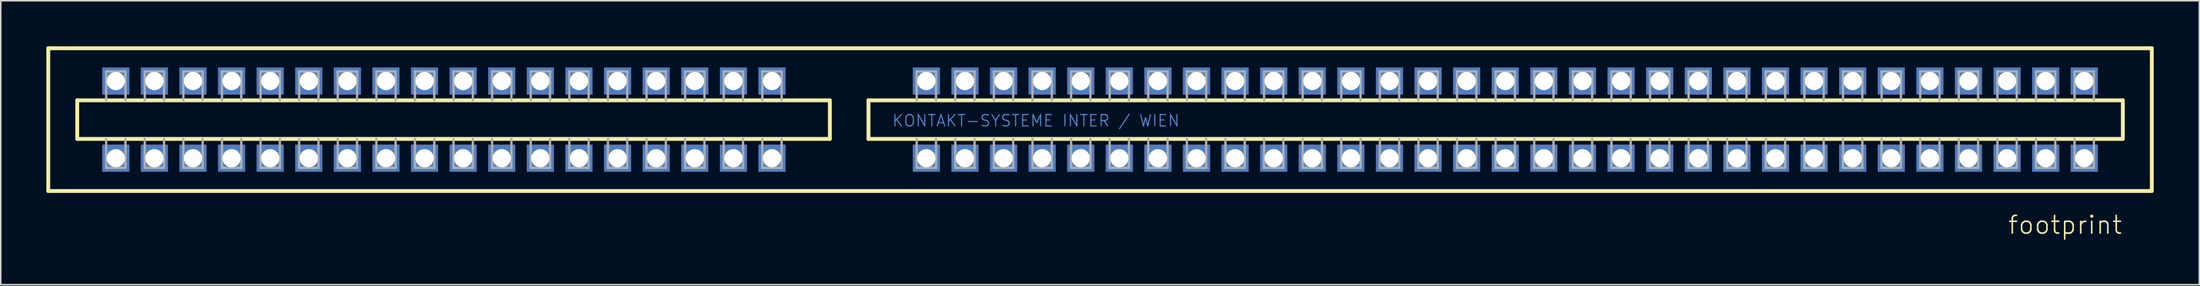
<source format=kicad_pcb>
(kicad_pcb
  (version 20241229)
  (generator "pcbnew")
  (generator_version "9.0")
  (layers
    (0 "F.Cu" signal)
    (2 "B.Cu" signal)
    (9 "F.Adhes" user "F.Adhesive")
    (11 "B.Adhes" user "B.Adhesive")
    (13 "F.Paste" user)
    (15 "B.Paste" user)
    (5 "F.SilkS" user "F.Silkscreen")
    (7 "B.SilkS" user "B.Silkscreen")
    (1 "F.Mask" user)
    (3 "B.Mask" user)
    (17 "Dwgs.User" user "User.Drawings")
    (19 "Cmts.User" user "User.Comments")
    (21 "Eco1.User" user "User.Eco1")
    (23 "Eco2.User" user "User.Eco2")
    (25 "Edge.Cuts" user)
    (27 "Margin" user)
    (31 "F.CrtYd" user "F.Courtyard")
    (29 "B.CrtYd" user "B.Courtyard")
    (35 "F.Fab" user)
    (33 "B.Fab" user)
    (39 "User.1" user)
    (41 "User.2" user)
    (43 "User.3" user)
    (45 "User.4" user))
  (footprint "footprint"
    (layer "F.Cu")
    (at 52.832 4.826)
    (property "Reference" "footprint" (at 76.2 7.62 0) (layer "F.SilkS") (effects (font (size 1.168 1.168) (thickness 0.102)) (justify left bottom)))
    (fp_line (start -52.705 -4.699) (end -52.705 4.699) (stroke (width 0.254) (type solid)) (layer "F.SilkS"))
    (fp_line (start -52.705 4.699) (end 85.725 4.699) (stroke (width 0.254) (type solid)) (layer "F.SilkS"))
    (fp_line (start -50.8 -1.27) (end -50.8 1.27) (stroke (width 0.254) (type solid)) (layer "F.SilkS"))
    (fp_line (start -50.8 1.27) (end -1.27 1.27) (stroke (width 0.254) (type solid)) (layer "F.SilkS"))
    (fp_line (start -1.27 -1.27) (end -50.8 -1.27) (stroke (width 0.254) (type solid)) (layer "F.SilkS"))
    (fp_line (start -1.27 -1.27) (end -1.27 1.27) (stroke (width 0.254) (type solid)) (layer "F.SilkS"))
    (fp_line (start 1.27 -1.27) (end 1.27 1.27) (stroke (width 0.254) (type solid)) (layer "F.SilkS"))
    (fp_line (start 1.27 1.27) (end 83.82 1.27) (stroke (width 0.254) (type solid)) (layer "F.SilkS"))
    (fp_line (start 83.82 -1.27) (end 1.27 -1.27) (stroke (width 0.254) (type solid)) (layer "F.SilkS"))
    (fp_line (start 83.82 1.27) (end 83.82 -1.27) (stroke (width 0.254) (type solid)) (layer "F.SilkS"))
    (fp_line (start 85.725 -4.699) (end -52.705 -4.699) (stroke (width 0.254) (type solid)) (layer "F.SilkS"))
    (fp_line (start 85.725 4.699) (end 85.725 -4.699) (stroke (width 0.254) (type solid)) (layer "F.SilkS"))
    (fp_line (start -48.895 -3.175) (end -48.895 -1.27) (stroke (width 0.152) (type solid)) (layer "F.Fab"))
    (fp_line (start -48.895 1.27) (end -48.895 3.175) (stroke (width 0.152) (type solid)) (layer "F.Fab"))
    (fp_line (start -48.895 3.175) (end -47.625 3.175) (stroke (width 0.152) (type solid)) (layer "F.Fab"))
    (fp_line (start -47.625 -3.175) (end -48.895 -3.175) (stroke (width 0.152) (type solid)) (layer "F.Fab"))
    (fp_line (start -47.625 -1.27) (end -47.625 -3.175) (stroke (width 0.152) (type solid)) (layer "F.Fab"))
    (fp_line (start -47.625 3.175) (end -47.625 1.27) (stroke (width 0.152) (type solid)) (layer "F.Fab"))
    (fp_line (start -46.355 -3.175) (end -46.355 -1.27) (stroke (width 0.152) (type solid)) (layer "F.Fab"))
    (fp_line (start -46.355 1.27) (end -46.355 3.175) (stroke (width 0.152) (type solid)) (layer "F.Fab"))
    (fp_line (start -46.355 3.175) (end -45.085 3.175) (stroke (width 0.152) (type solid)) (layer "F.Fab"))
    (fp_line (start -45.085 -3.175) (end -46.355 -3.175) (stroke (width 0.152) (type solid)) (layer "F.Fab"))
    (fp_line (start -45.085 -1.27) (end -45.085 -3.175) (stroke (width 0.152) (type solid)) (layer "F.Fab"))
    (fp_line (start -45.085 3.175) (end -45.085 1.27) (stroke (width 0.152) (type solid)) (layer "F.Fab"))
    (fp_line (start -43.815 -3.175) (end -43.815 -1.27) (stroke (width 0.152) (type solid)) (layer "F.Fab"))
    (fp_line (start -43.815 1.27) (end -43.815 3.175) (stroke (width 0.152) (type solid)) (layer "F.Fab"))
    (fp_line (start -43.815 3.175) (end -42.545 3.175) (stroke (width 0.152) (type solid)) (layer "F.Fab"))
    (fp_line (start -42.545 -3.175) (end -43.815 -3.175) (stroke (width 0.152) (type solid)) (layer "F.Fab"))
    (fp_line (start -42.545 -1.27) (end -42.545 -3.175) (stroke (width 0.152) (type solid)) (layer "F.Fab"))
    (fp_line (start -42.545 3.175) (end -42.545 1.27) (stroke (width 0.152) (type solid)) (layer "F.Fab"))
    (fp_line (start -41.275 -3.175) (end -41.275 -1.27) (stroke (width 0.152) (type solid)) (layer "F.Fab"))
    (fp_line (start -41.275 1.27) (end -41.275 3.175) (stroke (width 0.152) (type solid)) (layer "F.Fab"))
    (fp_line (start -41.275 3.175) (end -40.005 3.175) (stroke (width 0.152) (type solid)) (layer "F.Fab"))
    (fp_line (start -40.005 -3.175) (end -41.275 -3.175) (stroke (width 0.152) (type solid)) (layer "F.Fab"))
    (fp_line (start -40.005 -1.27) (end -40.005 -3.175) (stroke (width 0.152) (type solid)) (layer "F.Fab"))
    (fp_line (start -40.005 3.175) (end -40.005 1.27) (stroke (width 0.152) (type solid)) (layer "F.Fab"))
    (fp_line (start -38.735 -3.175) (end -38.735 -1.27) (stroke (width 0.152) (type solid)) (layer "F.Fab"))
    (fp_line (start -38.735 1.27) (end -38.735 3.175) (stroke (width 0.152) (type solid)) (layer "F.Fab"))
    (fp_line (start -38.735 3.175) (end -37.465 3.175) (stroke (width 0.152) (type solid)) (layer "F.Fab"))
    (fp_line (start -37.465 -3.175) (end -38.735 -3.175) (stroke (width 0.152) (type solid)) (layer "F.Fab"))
    (fp_line (start -37.465 -1.27) (end -37.465 -3.175) (stroke (width 0.152) (type solid)) (layer "F.Fab"))
    (fp_line (start -37.465 3.175) (end -37.465 1.27) (stroke (width 0.152) (type solid)) (layer "F.Fab"))
    (fp_line (start -36.195 -3.175) (end -36.195 -1.27) (stroke (width 0.152) (type solid)) (layer "F.Fab"))
    (fp_line (start -36.195 1.27) (end -36.195 3.175) (stroke (width 0.152) (type solid)) (layer "F.Fab"))
    (fp_line (start -36.195 3.175) (end -34.925 3.175) (stroke (width 0.152) (type solid)) (layer "F.Fab"))
    (fp_line (start -34.925 -3.175) (end -36.195 -3.175) (stroke (width 0.152) (type solid)) (layer "F.Fab"))
    (fp_line (start -34.925 -1.27) (end -34.925 -3.175) (stroke (width 0.152) (type solid)) (layer "F.Fab"))
    (fp_line (start -34.925 3.175) (end -34.925 1.27) (stroke (width 0.152) (type solid)) (layer "F.Fab"))
    (fp_line (start -33.655 -3.175) (end -33.655 -1.27) (stroke (width 0.152) (type solid)) (layer "F.Fab"))
    (fp_line (start -33.655 1.27) (end -33.655 3.175) (stroke (width 0.152) (type solid)) (layer "F.Fab"))
    (fp_line (start -33.655 3.175) (end -32.385 3.175) (stroke (width 0.152) (type solid)) (layer "F.Fab"))
    (fp_line (start -32.385 -3.175) (end -33.655 -3.175) (stroke (width 0.152) (type solid)) (layer "F.Fab"))
    (fp_line (start -32.385 -1.27) (end -32.385 -3.175) (stroke (width 0.152) (type solid)) (layer "F.Fab"))
    (fp_line (start -32.385 3.175) (end -32.385 1.27) (stroke (width 0.152) (type solid)) (layer "F.Fab"))
    (fp_line (start -31.115 -3.175) (end -31.115 -1.27) (stroke (width 0.152) (type solid)) (layer "F.Fab"))
    (fp_line (start -31.115 1.27) (end -31.115 3.175) (stroke (width 0.152) (type solid)) (layer "F.Fab"))
    (fp_line (start -31.115 3.175) (end -29.845 3.175) (stroke (width 0.152) (type solid)) (layer "F.Fab"))
    (fp_line (start -29.845 -3.175) (end -31.115 -3.175) (stroke (width 0.152) (type solid)) (layer "F.Fab"))
    (fp_line (start -29.845 -1.27) (end -29.845 -3.175) (stroke (width 0.152) (type solid)) (layer "F.Fab"))
    (fp_line (start -29.845 3.175) (end -29.845 1.27) (stroke (width 0.152) (type solid)) (layer "F.Fab"))
    (fp_line (start -28.575 -3.175) (end -28.575 -1.27) (stroke (width 0.152) (type solid)) (layer "F.Fab"))
    (fp_line (start -28.575 1.27) (end -28.575 3.175) (stroke (width 0.152) (type solid)) (layer "F.Fab"))
    (fp_line (start -28.575 3.175) (end -27.305 3.175) (stroke (width 0.152) (type solid)) (layer "F.Fab"))
    (fp_line (start -27.305 -3.175) (end -28.575 -3.175) (stroke (width 0.152) (type solid)) (layer "F.Fab"))
    (fp_line (start -27.305 -1.27) (end -27.305 -3.175) (stroke (width 0.152) (type solid)) (layer "F.Fab"))
    (fp_line (start -27.305 3.175) (end -27.305 1.27) (stroke (width 0.152) (type solid)) (layer "F.Fab"))
    (fp_line (start -26.035 -3.175) (end -26.035 -1.27) (stroke (width 0.152) (type solid)) (layer "F.Fab"))
    (fp_line (start -26.035 1.27) (end -26.035 3.175) (stroke (width 0.152) (type solid)) (layer "F.Fab"))
    (fp_line (start -26.035 3.175) (end -24.765 3.175) (stroke (width 0.152) (type solid)) (layer "F.Fab"))
    (fp_line (start -24.765 -3.175) (end -26.035 -3.175) (stroke (width 0.152) (type solid)) (layer "F.Fab"))
    (fp_line (start -24.765 -1.27) (end -24.765 -3.175) (stroke (width 0.152) (type solid)) (layer "F.Fab"))
    (fp_line (start -24.765 3.175) (end -24.765 1.27) (stroke (width 0.152) (type solid)) (layer "F.Fab"))
    (fp_line (start -23.495 -3.175) (end -23.495 -1.27) (stroke (width 0.152) (type solid)) (layer "F.Fab"))
    (fp_line (start -23.495 1.27) (end -23.495 3.175) (stroke (width 0.152) (type solid)) (layer "F.Fab"))
    (fp_line (start -23.495 3.175) (end -22.225 3.175) (stroke (width 0.152) (type solid)) (layer "F.Fab"))
    (fp_line (start -22.225 -3.175) (end -23.495 -3.175) (stroke (width 0.152) (type solid)) (layer "F.Fab"))
    (fp_line (start -22.225 -1.27) (end -22.225 -3.175) (stroke (width 0.152) (type solid)) (layer "F.Fab"))
    (fp_line (start -22.225 3.175) (end -22.225 1.27) (stroke (width 0.152) (type solid)) (layer "F.Fab"))
    (fp_line (start -20.955 -3.175) (end -20.955 -1.27) (stroke (width 0.152) (type solid)) (layer "F.Fab"))
    (fp_line (start -20.955 1.27) (end -20.955 3.175) (stroke (width 0.152) (type solid)) (layer "F.Fab"))
    (fp_line (start -20.955 3.175) (end -19.685 3.175) (stroke (width 0.152) (type solid)) (layer "F.Fab"))
    (fp_line (start -19.685 -3.175) (end -20.955 -3.175) (stroke (width 0.152) (type solid)) (layer "F.Fab"))
    (fp_line (start -19.685 -1.27) (end -19.685 -3.175) (stroke (width 0.152) (type solid)) (layer "F.Fab"))
    (fp_line (start -19.685 3.175) (end -19.685 1.27) (stroke (width 0.152) (type solid)) (layer "F.Fab"))
    (fp_line (start -18.415 -3.175) (end -18.415 -1.27) (stroke (width 0.152) (type solid)) (layer "F.Fab"))
    (fp_line (start -18.415 1.27) (end -18.415 3.175) (stroke (width 0.152) (type solid)) (layer "F.Fab"))
    (fp_line (start -18.415 3.175) (end -17.145 3.175) (stroke (width 0.152) (type solid)) (layer "F.Fab"))
    (fp_line (start -17.145 -3.175) (end -18.415 -3.175) (stroke (width 0.152) (type solid)) (layer "F.Fab"))
    (fp_line (start -17.145 -1.27) (end -17.145 -3.175) (stroke (width 0.152) (type solid)) (layer "F.Fab"))
    (fp_line (start -17.145 3.175) (end -17.145 1.27) (stroke (width 0.152) (type solid)) (layer "F.Fab"))
    (fp_line (start -15.875 -3.175) (end -15.875 -1.27) (stroke (width 0.152) (type solid)) (layer "F.Fab"))
    (fp_line (start -15.875 1.27) (end -15.875 3.175) (stroke (width 0.152) (type solid)) (layer "F.Fab"))
    (fp_line (start -15.875 3.175) (end -14.605 3.175) (stroke (width 0.152) (type solid)) (layer "F.Fab"))
    (fp_line (start -14.605 -3.175) (end -15.875 -3.175) (stroke (width 0.152) (type solid)) (layer "F.Fab"))
    (fp_line (start -14.605 -1.27) (end -14.605 -3.175) (stroke (width 0.152) (type solid)) (layer "F.Fab"))
    (fp_line (start -14.605 3.175) (end -14.605 1.27) (stroke (width 0.152) (type solid)) (layer "F.Fab"))
    (fp_line (start -13.335 -3.175) (end -13.335 -1.27) (stroke (width 0.152) (type solid)) (layer "F.Fab"))
    (fp_line (start -13.335 1.27) (end -13.335 3.175) (stroke (width 0.152) (type solid)) (layer "F.Fab"))
    (fp_line (start -13.335 3.175) (end -12.065 3.175) (stroke (width 0.152) (type solid)) (layer "F.Fab"))
    (fp_line (start -12.065 -3.175) (end -13.335 -3.175) (stroke (width 0.152) (type solid)) (layer "F.Fab"))
    (fp_line (start -12.065 -1.27) (end -12.065 -3.175) (stroke (width 0.152) (type solid)) (layer "F.Fab"))
    (fp_line (start -12.065 3.175) (end -12.065 1.27) (stroke (width 0.152) (type solid)) (layer "F.Fab"))
    (fp_line (start -10.795 -3.175) (end -10.795 -1.27) (stroke (width 0.152) (type solid)) (layer "F.Fab"))
    (fp_line (start -10.795 1.27) (end -10.795 3.175) (stroke (width 0.152) (type solid)) (layer "F.Fab"))
    (fp_line (start -10.795 3.175) (end -9.525 3.175) (stroke (width 0.152) (type solid)) (layer "F.Fab"))
    (fp_line (start -9.525 -3.175) (end -10.795 -3.175) (stroke (width 0.152) (type solid)) (layer "F.Fab"))
    (fp_line (start -9.525 -1.27) (end -9.525 -3.175) (stroke (width 0.152) (type solid)) (layer "F.Fab"))
    (fp_line (start -9.525 3.175) (end -9.525 1.27) (stroke (width 0.152) (type solid)) (layer "F.Fab"))
    (fp_line (start -8.255 -3.175) (end -8.255 -1.27) (stroke (width 0.152) (type solid)) (layer "F.Fab"))
    (fp_line (start -8.255 1.27) (end -8.255 3.175) (stroke (width 0.152) (type solid)) (layer "F.Fab"))
    (fp_line (start -8.255 3.175) (end -6.985 3.175) (stroke (width 0.152) (type solid)) (layer "F.Fab"))
    (fp_line (start -6.985 -3.175) (end -8.255 -3.175) (stroke (width 0.152) (type solid)) (layer "F.Fab"))
    (fp_line (start -6.985 -1.27) (end -6.985 -3.175) (stroke (width 0.152) (type solid)) (layer "F.Fab"))
    (fp_line (start -6.985 3.175) (end -6.985 1.27) (stroke (width 0.152) (type solid)) (layer "F.Fab"))
    (fp_line (start -5.715 -3.175) (end -5.715 -1.27) (stroke (width 0.152) (type solid)) (layer "F.Fab"))
    (fp_line (start -5.715 1.27) (end -5.715 3.175) (stroke (width 0.152) (type solid)) (layer "F.Fab"))
    (fp_line (start -5.715 3.175) (end -4.445 3.175) (stroke (width 0.152) (type solid)) (layer "F.Fab"))
    (fp_line (start -4.445 -3.175) (end -5.715 -3.175) (stroke (width 0.152) (type solid)) (layer "F.Fab"))
    (fp_line (start -4.445 -1.27) (end -4.445 -3.175) (stroke (width 0.152) (type solid)) (layer "F.Fab"))
    (fp_line (start -4.445 3.175) (end -4.445 1.27) (stroke (width 0.152) (type solid)) (layer "F.Fab"))
    (fp_line (start 4.445 -3.175) (end 4.445 -1.27) (stroke (width 0.152) (type solid)) (layer "F.Fab"))
    (fp_line (start 4.445 1.27) (end 4.445 3.175) (stroke (width 0.152) (type solid)) (layer "F.Fab"))
    (fp_line (start 4.445 3.175) (end 5.715 3.175) (stroke (width 0.152) (type solid)) (layer "F.Fab"))
    (fp_line (start 5.715 -3.175) (end 4.445 -3.175) (stroke (width 0.152) (type solid)) (layer "F.Fab"))
    (fp_line (start 5.715 -1.27) (end 5.715 -3.175) (stroke (width 0.152) (type solid)) (layer "F.Fab"))
    (fp_line (start 5.715 3.175) (end 5.715 1.27) (stroke (width 0.152) (type solid)) (layer "F.Fab"))
    (fp_line (start 6.985 -3.175) (end 6.985 -1.27) (stroke (width 0.152) (type solid)) (layer "F.Fab"))
    (fp_line (start 6.985 1.27) (end 6.985 3.175) (stroke (width 0.152) (type solid)) (layer "F.Fab"))
    (fp_line (start 6.985 3.175) (end 8.255 3.175) (stroke (width 0.152) (type solid)) (layer "F.Fab"))
    (fp_line (start 8.255 -3.175) (end 6.985 -3.175) (stroke (width 0.152) (type solid)) (layer "F.Fab"))
    (fp_line (start 8.255 -1.27) (end 8.255 -3.175) (stroke (width 0.152) (type solid)) (layer "F.Fab"))
    (fp_line (start 8.255 3.175) (end 8.255 1.27) (stroke (width 0.152) (type solid)) (layer "F.Fab"))
    (fp_line (start 9.525 -3.175) (end 9.525 -1.27) (stroke (width 0.152) (type solid)) (layer "F.Fab"))
    (fp_line (start 9.525 1.27) (end 9.525 3.175) (stroke (width 0.152) (type solid)) (layer "F.Fab"))
    (fp_line (start 9.525 3.175) (end 10.795 3.175) (stroke (width 0.152) (type solid)) (layer "F.Fab"))
    (fp_line (start 10.795 -3.175) (end 9.525 -3.175) (stroke (width 0.152) (type solid)) (layer "F.Fab"))
    (fp_line (start 10.795 -1.27) (end 10.795 -3.175) (stroke (width 0.152) (type solid)) (layer "F.Fab"))
    (fp_line (start 10.795 3.175) (end 10.795 1.27) (stroke (width 0.152) (type solid)) (layer "F.Fab"))
    (fp_line (start 12.065 -3.175) (end 12.065 -1.27) (stroke (width 0.152) (type solid)) (layer "F.Fab"))
    (fp_line (start 12.065 1.27) (end 12.065 3.175) (stroke (width 0.152) (type solid)) (layer "F.Fab"))
    (fp_line (start 12.065 3.175) (end 13.335 3.175) (stroke (width 0.152) (type solid)) (layer "F.Fab"))
    (fp_line (start 13.335 -3.175) (end 12.065 -3.175) (stroke (width 0.152) (type solid)) (layer "F.Fab"))
    (fp_line (start 13.335 -1.27) (end 13.335 -3.175) (stroke (width 0.152) (type solid)) (layer "F.Fab"))
    (fp_line (start 13.335 3.175) (end 13.335 1.27) (stroke (width 0.152) (type solid)) (layer "F.Fab"))
    (fp_line (start 14.605 -3.175) (end 14.605 -1.27) (stroke (width 0.152) (type solid)) (layer "F.Fab"))
    (fp_line (start 14.605 1.27) (end 14.605 3.175) (stroke (width 0.152) (type solid)) (layer "F.Fab"))
    (fp_line (start 14.605 3.175) (end 15.875 3.175) (stroke (width 0.152) (type solid)) (layer "F.Fab"))
    (fp_line (start 15.875 -3.175) (end 14.605 -3.175) (stroke (width 0.152) (type solid)) (layer "F.Fab"))
    (fp_line (start 15.875 -1.27) (end 15.875 -3.175) (stroke (width 0.152) (type solid)) (layer "F.Fab"))
    (fp_line (start 15.875 3.175) (end 15.875 1.27) (stroke (width 0.152) (type solid)) (layer "F.Fab"))
    (fp_line (start 17.145 -3.175) (end 17.145 -1.27) (stroke (width 0.152) (type solid)) (layer "F.Fab"))
    (fp_line (start 17.145 1.27) (end 17.145 3.175) (stroke (width 0.152) (type solid)) (layer "F.Fab"))
    (fp_line (start 17.145 3.175) (end 18.415 3.175) (stroke (width 0.152) (type solid)) (layer "F.Fab"))
    (fp_line (start 18.415 -3.175) (end 17.145 -3.175) (stroke (width 0.152) (type solid)) (layer "F.Fab"))
    (fp_line (start 18.415 -1.27) (end 18.415 -3.175) (stroke (width 0.152) (type solid)) (layer "F.Fab"))
    (fp_line (start 18.415 3.175) (end 18.415 1.27) (stroke (width 0.152) (type solid)) (layer "F.Fab"))
    (fp_line (start 19.685 -3.175) (end 19.685 -1.27) (stroke (width 0.152) (type solid)) (layer "F.Fab"))
    (fp_line (start 19.685 1.27) (end 19.685 3.175) (stroke (width 0.152) (type solid)) (layer "F.Fab"))
    (fp_line (start 19.685 3.175) (end 20.955 3.175) (stroke (width 0.152) (type solid)) (layer "F.Fab"))
    (fp_line (start 20.955 -3.175) (end 19.685 -3.175) (stroke (width 0.152) (type solid)) (layer "F.Fab"))
    (fp_line (start 20.955 -1.27) (end 20.955 -3.175) (stroke (width 0.152) (type solid)) (layer "F.Fab"))
    (fp_line (start 20.955 3.175) (end 20.955 1.27) (stroke (width 0.152) (type solid)) (layer "F.Fab"))
    (fp_line (start 22.225 -3.175) (end 22.225 -1.27) (stroke (width 0.152) (type solid)) (layer "F.Fab"))
    (fp_line (start 22.225 1.27) (end 22.225 3.175) (stroke (width 0.152) (type solid)) (layer "F.Fab"))
    (fp_line (start 22.225 3.175) (end 23.495 3.175) (stroke (width 0.152) (type solid)) (layer "F.Fab"))
    (fp_line (start 23.495 -3.175) (end 22.225 -3.175) (stroke (width 0.152) (type solid)) (layer "F.Fab"))
    (fp_line (start 23.495 -1.27) (end 23.495 -3.175) (stroke (width 0.152) (type solid)) (layer "F.Fab"))
    (fp_line (start 23.495 3.175) (end 23.495 1.27) (stroke (width 0.152) (type solid)) (layer "F.Fab"))
    (fp_line (start 24.765 -3.175) (end 24.765 -1.27) (stroke (width 0.152) (type solid)) (layer "F.Fab"))
    (fp_line (start 24.765 1.27) (end 24.765 3.175) (stroke (width 0.152) (type solid)) (layer "F.Fab"))
    (fp_line (start 24.765 3.175) (end 26.035 3.175) (stroke (width 0.152) (type solid)) (layer "F.Fab"))
    (fp_line (start 26.035 -3.175) (end 24.765 -3.175) (stroke (width 0.152) (type solid)) (layer "F.Fab"))
    (fp_line (start 26.035 -1.27) (end 26.035 -3.175) (stroke (width 0.152) (type solid)) (layer "F.Fab"))
    (fp_line (start 26.035 3.175) (end 26.035 1.27) (stroke (width 0.152) (type solid)) (layer "F.Fab"))
    (fp_line (start 27.305 -3.175) (end 27.305 -1.27) (stroke (width 0.152) (type solid)) (layer "F.Fab"))
    (fp_line (start 27.305 1.27) (end 27.305 3.175) (stroke (width 0.152) (type solid)) (layer "F.Fab"))
    (fp_line (start 27.305 3.175) (end 28.575 3.175) (stroke (width 0.152) (type solid)) (layer "F.Fab"))
    (fp_line (start 28.575 -3.175) (end 27.305 -3.175) (stroke (width 0.152) (type solid)) (layer "F.Fab"))
    (fp_line (start 28.575 -1.27) (end 28.575 -3.175) (stroke (width 0.152) (type solid)) (layer "F.Fab"))
    (fp_line (start 28.575 3.175) (end 28.575 1.27) (stroke (width 0.152) (type solid)) (layer "F.Fab"))
    (fp_line (start 29.845 -3.175) (end 29.845 -1.27) (stroke (width 0.152) (type solid)) (layer "F.Fab"))
    (fp_line (start 29.845 1.27) (end 29.845 3.175) (stroke (width 0.152) (type solid)) (layer "F.Fab"))
    (fp_line (start 29.845 3.175) (end 31.115 3.175) (stroke (width 0.152) (type solid)) (layer "F.Fab"))
    (fp_line (start 31.115 -3.175) (end 29.845 -3.175) (stroke (width 0.152) (type solid)) (layer "F.Fab"))
    (fp_line (start 31.115 -1.27) (end 31.115 -3.175) (stroke (width 0.152) (type solid)) (layer "F.Fab"))
    (fp_line (start 31.115 3.175) (end 31.115 1.27) (stroke (width 0.152) (type solid)) (layer "F.Fab"))
    (fp_line (start 32.385 -3.175) (end 32.385 -1.27) (stroke (width 0.152) (type solid)) (layer "F.Fab"))
    (fp_line (start 32.385 1.27) (end 32.385 3.175) (stroke (width 0.152) (type solid)) (layer "F.Fab"))
    (fp_line (start 32.385 3.175) (end 33.655 3.175) (stroke (width 0.152) (type solid)) (layer "F.Fab"))
    (fp_line (start 33.655 -3.175) (end 32.385 -3.175) (stroke (width 0.152) (type solid)) (layer "F.Fab"))
    (fp_line (start 33.655 -1.27) (end 33.655 -3.175) (stroke (width 0.152) (type solid)) (layer "F.Fab"))
    (fp_line (start 33.655 3.175) (end 33.655 1.27) (stroke (width 0.152) (type solid)) (layer "F.Fab"))
    (fp_line (start 34.925 -3.175) (end 34.925 -1.27) (stroke (width 0.152) (type solid)) (layer "F.Fab"))
    (fp_line (start 34.925 1.27) (end 34.925 3.175) (stroke (width 0.152) (type solid)) (layer "F.Fab"))
    (fp_line (start 34.925 3.175) (end 36.195 3.175) (stroke (width 0.152) (type solid)) (layer "F.Fab"))
    (fp_line (start 36.195 -3.175) (end 34.925 -3.175) (stroke (width 0.152) (type solid)) (layer "F.Fab"))
    (fp_line (start 36.195 -1.27) (end 36.195 -3.175) (stroke (width 0.152) (type solid)) (layer "F.Fab"))
    (fp_line (start 36.195 3.175) (end 36.195 1.27) (stroke (width 0.152) (type solid)) (layer "F.Fab"))
    (fp_line (start 37.465 -3.175) (end 37.465 -1.27) (stroke (width 0.152) (type solid)) (layer "F.Fab"))
    (fp_line (start 37.465 1.27) (end 37.465 3.175) (stroke (width 0.152) (type solid)) (layer "F.Fab"))
    (fp_line (start 37.465 3.175) (end 38.735 3.175) (stroke (width 0.152) (type solid)) (layer "F.Fab"))
    (fp_line (start 38.735 -3.175) (end 37.465 -3.175) (stroke (width 0.152) (type solid)) (layer "F.Fab"))
    (fp_line (start 38.735 -1.27) (end 38.735 -3.175) (stroke (width 0.152) (type solid)) (layer "F.Fab"))
    (fp_line (start 38.735 3.175) (end 38.735 1.27) (stroke (width 0.152) (type solid)) (layer "F.Fab"))
    (fp_line (start 40.005 -3.175) (end 40.005 -1.27) (stroke (width 0.152) (type solid)) (layer "F.Fab"))
    (fp_line (start 40.005 1.27) (end 40.005 3.175) (stroke (width 0.152) (type solid)) (layer "F.Fab"))
    (fp_line (start 40.005 3.175) (end 41.275 3.175) (stroke (width 0.152) (type solid)) (layer "F.Fab"))
    (fp_line (start 41.275 -3.175) (end 40.005 -3.175) (stroke (width 0.152) (type solid)) (layer "F.Fab"))
    (fp_line (start 41.275 -1.27) (end 41.275 -3.175) (stroke (width 0.152) (type solid)) (layer "F.Fab"))
    (fp_line (start 41.275 3.175) (end 41.275 1.27) (stroke (width 0.152) (type solid)) (layer "F.Fab"))
    (fp_line (start 42.545 -3.175) (end 42.545 -1.27) (stroke (width 0.152) (type solid)) (layer "F.Fab"))
    (fp_line (start 42.545 1.27) (end 42.545 3.175) (stroke (width 0.152) (type solid)) (layer "F.Fab"))
    (fp_line (start 42.545 3.175) (end 43.815 3.175) (stroke (width 0.152) (type solid)) (layer "F.Fab"))
    (fp_line (start 43.815 -3.175) (end 42.545 -3.175) (stroke (width 0.152) (type solid)) (layer "F.Fab"))
    (fp_line (start 43.815 -1.27) (end 43.815 -3.175) (stroke (width 0.152) (type solid)) (layer "F.Fab"))
    (fp_line (start 43.815 3.175) (end 43.815 1.27) (stroke (width 0.152) (type solid)) (layer "F.Fab"))
    (fp_line (start 45.085 -3.175) (end 45.085 -1.27) (stroke (width 0.152) (type solid)) (layer "F.Fab"))
    (fp_line (start 45.085 1.27) (end 45.085 3.175) (stroke (width 0.152) (type solid)) (layer "F.Fab"))
    (fp_line (start 45.085 3.175) (end 46.355 3.175) (stroke (width 0.152) (type solid)) (layer "F.Fab"))
    (fp_line (start 46.355 -3.175) (end 45.085 -3.175) (stroke (width 0.152) (type solid)) (layer "F.Fab"))
    (fp_line (start 46.355 -1.27) (end 46.355 -3.175) (stroke (width 0.152) (type solid)) (layer "F.Fab"))
    (fp_line (start 46.355 3.175) (end 46.355 1.27) (stroke (width 0.152) (type solid)) (layer "F.Fab"))
    (fp_line (start 47.625 -3.175) (end 47.625 -1.27) (stroke (width 0.152) (type solid)) (layer "F.Fab"))
    (fp_line (start 47.625 1.27) (end 47.625 3.175) (stroke (width 0.152) (type solid)) (layer "F.Fab"))
    (fp_line (start 47.625 3.175) (end 48.895 3.175) (stroke (width 0.152) (type solid)) (layer "F.Fab"))
    (fp_line (start 48.895 -3.175) (end 47.625 -3.175) (stroke (width 0.152) (type solid)) (layer "F.Fab"))
    (fp_line (start 48.895 -1.27) (end 48.895 -3.175) (stroke (width 0.152) (type solid)) (layer "F.Fab"))
    (fp_line (start 48.895 3.175) (end 48.895 1.27) (stroke (width 0.152) (type solid)) (layer "F.Fab"))
    (fp_line (start 50.165 -3.175) (end 50.165 -1.27) (stroke (width 0.152) (type solid)) (layer "F.Fab"))
    (fp_line (start 50.165 1.27) (end 50.165 3.175) (stroke (width 0.152) (type solid)) (layer "F.Fab"))
    (fp_line (start 50.165 3.175) (end 51.435 3.175) (stroke (width 0.152) (type solid)) (layer "F.Fab"))
    (fp_line (start 51.435 -3.175) (end 50.165 -3.175) (stroke (width 0.152) (type solid)) (layer "F.Fab"))
    (fp_line (start 51.435 -1.27) (end 51.435 -3.175) (stroke (width 0.152) (type solid)) (layer "F.Fab"))
    (fp_line (start 51.435 3.175) (end 51.435 1.27) (stroke (width 0.152) (type solid)) (layer "F.Fab"))
    (fp_line (start 52.705 -3.175) (end 52.705 -1.27) (stroke (width 0.152) (type solid)) (layer "F.Fab"))
    (fp_line (start 52.705 1.27) (end 52.705 3.175) (stroke (width 0.152) (type solid)) (layer "F.Fab"))
    (fp_line (start 52.705 3.175) (end 53.975 3.175) (stroke (width 0.152) (type solid)) (layer "F.Fab"))
    (fp_line (start 53.975 -3.175) (end 52.705 -3.175) (stroke (width 0.152) (type solid)) (layer "F.Fab"))
    (fp_line (start 53.975 -1.27) (end 53.975 -3.175) (stroke (width 0.152) (type solid)) (layer "F.Fab"))
    (fp_line (start 53.975 3.175) (end 53.975 1.27) (stroke (width 0.152) (type solid)) (layer "F.Fab"))
    (fp_line (start 55.245 -3.175) (end 55.245 -1.27) (stroke (width 0.152) (type solid)) (layer "F.Fab"))
    (fp_line (start 55.245 1.27) (end 55.245 3.175) (stroke (width 0.152) (type solid)) (layer "F.Fab"))
    (fp_line (start 55.245 3.175) (end 56.515 3.175) (stroke (width 0.152) (type solid)) (layer "F.Fab"))
    (fp_line (start 56.515 -3.175) (end 55.245 -3.175) (stroke (width 0.152) (type solid)) (layer "F.Fab"))
    (fp_line (start 56.515 -1.27) (end 56.515 -3.175) (stroke (width 0.152) (type solid)) (layer "F.Fab"))
    (fp_line (start 56.515 3.175) (end 56.515 1.27) (stroke (width 0.152) (type solid)) (layer "F.Fab"))
    (fp_line (start 57.785 -3.175) (end 57.785 -1.27) (stroke (width 0.152) (type solid)) (layer "F.Fab"))
    (fp_line (start 57.785 1.27) (end 57.785 3.175) (stroke (width 0.152) (type solid)) (layer "F.Fab"))
    (fp_line (start 57.785 3.175) (end 59.055 3.175) (stroke (width 0.152) (type solid)) (layer "F.Fab"))
    (fp_line (start 59.055 -3.175) (end 57.785 -3.175) (stroke (width 0.152) (type solid)) (layer "F.Fab"))
    (fp_line (start 59.055 -1.27) (end 59.055 -3.175) (stroke (width 0.152) (type solid)) (layer "F.Fab"))
    (fp_line (start 59.055 3.175) (end 59.055 1.27) (stroke (width 0.152) (type solid)) (layer "F.Fab"))
    (fp_line (start 60.325 -3.175) (end 60.325 -1.27) (stroke (width 0.152) (type solid)) (layer "F.Fab"))
    (fp_line (start 60.325 1.27) (end 60.325 3.175) (stroke (width 0.152) (type solid)) (layer "F.Fab"))
    (fp_line (start 60.325 3.175) (end 61.595 3.175) (stroke (width 0.152) (type solid)) (layer "F.Fab"))
    (fp_line (start 61.595 -3.175) (end 60.325 -3.175) (stroke (width 0.152) (type solid)) (layer "F.Fab"))
    (fp_line (start 61.595 -1.27) (end 61.595 -3.175) (stroke (width 0.152) (type solid)) (layer "F.Fab"))
    (fp_line (start 61.595 3.175) (end 61.595 1.27) (stroke (width 0.152) (type solid)) (layer "F.Fab"))
    (fp_line (start 62.865 -3.175) (end 62.865 -1.27) (stroke (width 0.152) (type solid)) (layer "F.Fab"))
    (fp_line (start 62.865 1.27) (end 62.865 3.175) (stroke (width 0.152) (type solid)) (layer "F.Fab"))
    (fp_line (start 62.865 3.175) (end 64.135 3.175) (stroke (width 0.152) (type solid)) (layer "F.Fab"))
    (fp_line (start 64.135 -3.175) (end 62.865 -3.175) (stroke (width 0.152) (type solid)) (layer "F.Fab"))
    (fp_line (start 64.135 -1.27) (end 64.135 -3.175) (stroke (width 0.152) (type solid)) (layer "F.Fab"))
    (fp_line (start 64.135 3.175) (end 64.135 1.27) (stroke (width 0.152) (type solid)) (layer "F.Fab"))
    (fp_line (start 65.405 -3.175) (end 65.405 -1.27) (stroke (width 0.152) (type solid)) (layer "F.Fab"))
    (fp_line (start 65.405 1.27) (end 65.405 3.175) (stroke (width 0.152) (type solid)) (layer "F.Fab"))
    (fp_line (start 65.405 3.175) (end 66.675 3.175) (stroke (width 0.152) (type solid)) (layer "F.Fab"))
    (fp_line (start 66.675 -3.175) (end 65.405 -3.175) (stroke (width 0.152) (type solid)) (layer "F.Fab"))
    (fp_line (start 66.675 -1.27) (end 66.675 -3.175) (stroke (width 0.152) (type solid)) (layer "F.Fab"))
    (fp_line (start 66.675 3.175) (end 66.675 1.27) (stroke (width 0.152) (type solid)) (layer "F.Fab"))
    (fp_line (start 67.945 -3.175) (end 67.945 -1.27) (stroke (width 0.152) (type solid)) (layer "F.Fab"))
    (fp_line (start 67.945 1.27) (end 67.945 3.175) (stroke (width 0.152) (type solid)) (layer "F.Fab"))
    (fp_line (start 67.945 3.175) (end 69.215 3.175) (stroke (width 0.152) (type solid)) (layer "F.Fab"))
    (fp_line (start 69.215 -3.175) (end 67.945 -3.175) (stroke (width 0.152) (type solid)) (layer "F.Fab"))
    (fp_line (start 69.215 -1.27) (end 69.215 -3.175) (stroke (width 0.152) (type solid)) (layer "F.Fab"))
    (fp_line (start 69.215 3.175) (end 69.215 1.27) (stroke (width 0.152) (type solid)) (layer "F.Fab"))
    (fp_line (start 70.485 -3.175) (end 70.485 -1.27) (stroke (width 0.152) (type solid)) (layer "F.Fab"))
    (fp_line (start 70.485 1.27) (end 70.485 3.175) (stroke (width 0.152) (type solid)) (layer "F.Fab"))
    (fp_line (start 70.485 3.175) (end 71.755 3.175) (stroke (width 0.152) (type solid)) (layer "F.Fab"))
    (fp_line (start 71.755 -3.175) (end 70.485 -3.175) (stroke (width 0.152) (type solid)) (layer "F.Fab"))
    (fp_line (start 71.755 -1.27) (end 71.755 -3.175) (stroke (width 0.152) (type solid)) (layer "F.Fab"))
    (fp_line (start 71.755 3.175) (end 71.755 1.27) (stroke (width 0.152) (type solid)) (layer "F.Fab"))
    (fp_line (start 73.025 -3.175) (end 73.025 -1.27) (stroke (width 0.152) (type solid)) (layer "F.Fab"))
    (fp_line (start 73.025 1.27) (end 73.025 3.175) (stroke (width 0.152) (type solid)) (layer "F.Fab"))
    (fp_line (start 73.025 3.175) (end 74.295 3.175) (stroke (width 0.152) (type solid)) (layer "F.Fab"))
    (fp_line (start 74.295 -3.175) (end 73.025 -3.175) (stroke (width 0.152) (type solid)) (layer "F.Fab"))
    (fp_line (start 74.295 -1.27) (end 74.295 -3.175) (stroke (width 0.152) (type solid)) (layer "F.Fab"))
    (fp_line (start 74.295 3.175) (end 74.295 1.27) (stroke (width 0.152) (type solid)) (layer "F.Fab"))
    (fp_line (start 75.565 -3.175) (end 75.565 -1.27) (stroke (width 0.152) (type solid)) (layer "F.Fab"))
    (fp_line (start 75.565 1.27) (end 75.565 3.175) (stroke (width 0.152) (type solid)) (layer "F.Fab"))
    (fp_line (start 75.565 3.175) (end 76.835 3.175) (stroke (width 0.152) (type solid)) (layer "F.Fab"))
    (fp_line (start 76.835 -3.175) (end 75.565 -3.175) (stroke (width 0.152) (type solid)) (layer "F.Fab"))
    (fp_line (start 76.835 -1.27) (end 76.835 -3.175) (stroke (width 0.152) (type solid)) (layer "F.Fab"))
    (fp_line (start 76.835 3.175) (end 76.835 1.27) (stroke (width 0.152) (type solid)) (layer "F.Fab"))
    (fp_line (start 78.105 -3.175) (end 78.105 -1.27) (stroke (width 0.152) (type solid)) (layer "F.Fab"))
    (fp_line (start 78.105 1.27) (end 78.105 3.175) (stroke (width 0.152) (type solid)) (layer "F.Fab"))
    (fp_line (start 78.105 3.175) (end 79.375 3.175) (stroke (width 0.152) (type solid)) (layer "F.Fab"))
    (fp_line (start 79.375 -3.175) (end 78.105 -3.175) (stroke (width 0.152) (type solid)) (layer "F.Fab"))
    (fp_line (start 79.375 -1.27) (end 79.375 -3.175) (stroke (width 0.152) (type solid)) (layer "F.Fab"))
    (fp_line (start 79.375 3.175) (end 79.375 1.27) (stroke (width 0.152) (type solid)) (layer "F.Fab"))
    (fp_line (start 80.645 -3.175) (end 80.645 -1.27) (stroke (width 0.152) (type solid)) (layer "F.Fab"))
    (fp_line (start 80.645 1.27) (end 80.645 3.175) (stroke (width 0.152) (type solid)) (layer "F.Fab"))
    (fp_line (start 80.645 3.175) (end 81.915 3.175) (stroke (width 0.152) (type solid)) (layer "F.Fab"))
    (fp_line (start 81.915 -3.175) (end 80.645 -3.175) (stroke (width 0.152) (type solid)) (layer "F.Fab"))
    (fp_line (start 81.915 -1.27) (end 81.915 -3.175) (stroke (width 0.152) (type solid)) (layer "F.Fab"))
    (fp_line (start 81.915 3.175) (end 81.915 1.27) (stroke (width 0.152) (type solid)) (layer "F.Fab"))
    (fp_text user "KONTAKT-SYSTEME INTER / WIEN" (at 2.794 0.508 0) (layer "Cmts.User") (effects (font (size 0.748 0.748) (thickness 0.065)) (justify left bottom)))
    (pad "A1" thru_hole rect (at 81.28 2.54) (size 1.778 1.778) (drill 1.2) (layers "*.Cu" "*.Mask"))
    (pad "A2" thru_hole rect (at 78.74 2.54) (size 1.778 1.778) (drill 1.2) (layers "*.Cu" "*.Mask"))
    (pad "A3" thru_hole rect (at 76.2 2.54) (size 1.778 1.778) (drill 1.2) (layers "*.Cu" "*.Mask"))
    (pad "A4" thru_hole rect (at 73.66 2.54) (size 1.778 1.778) (drill 1.2) (layers "*.Cu" "*.Mask"))
    (pad "A5" thru_hole rect (at 71.12 2.54) (size 1.778 1.778) (drill 1.2) (layers "*.Cu" "*.Mask"))
    (pad "A6" thru_hole rect (at 68.58 2.54) (size 1.778 1.778) (drill 1.2) (layers "*.Cu" "*.Mask"))
    (pad "A7" thru_hole rect (at 66.04 2.54) (size 1.778 1.778) (drill 1.2) (layers "*.Cu" "*.Mask"))
    (pad "A8" thru_hole rect (at 63.5 2.54) (size 1.778 1.778) (drill 1.2) (layers "*.Cu" "*.Mask"))
    (pad "A9" thru_hole rect (at 60.96 2.54) (size 1.778 1.778) (drill 1.2) (layers "*.Cu" "*.Mask"))
    (pad "A10" thru_hole rect (at 58.42 2.54) (size 1.778 1.778) (drill 1.2) (layers "*.Cu" "*.Mask"))
    (pad "A11" thru_hole rect (at 55.88 2.54) (size 1.778 1.778) (drill 1.2) (layers "*.Cu" "*.Mask"))
    (pad "A12" thru_hole rect (at 53.34 2.54) (size 1.778 1.778) (drill 1.2) (layers "*.Cu" "*.Mask"))
    (pad "A13" thru_hole rect (at 50.8 2.54) (size 1.778 1.778) (drill 1.2) (layers "*.Cu" "*.Mask"))
    (pad "A14" thru_hole rect (at 48.26 2.54) (size 1.778 1.778) (drill 1.2) (layers "*.Cu" "*.Mask"))
    (pad "A15" thru_hole rect (at 45.72 2.54) (size 1.778 1.778) (drill 1.2) (layers "*.Cu" "*.Mask"))
    (pad "A16" thru_hole rect (at 43.18 2.54) (size 1.778 1.778) (drill 1.2) (layers "*.Cu" "*.Mask"))
    (pad "A17" thru_hole rect (at 40.64 2.54) (size 1.778 1.778) (drill 1.2) (layers "*.Cu" "*.Mask"))
    (pad "A18" thru_hole rect (at 38.1 2.54) (size 1.778 1.778) (drill 1.2) (layers "*.Cu" "*.Mask"))
    (pad "A19" thru_hole rect (at 35.56 2.54) (size 1.778 1.778) (drill 1.2) (layers "*.Cu" "*.Mask"))
    (pad "A20" thru_hole rect (at 33.02 2.54) (size 1.778 1.778) (drill 1.2) (layers "*.Cu" "*.Mask"))
    (pad "A21" thru_hole rect (at 30.48 2.54) (size 1.778 1.778) (drill 1.2) (layers "*.Cu" "*.Mask"))
    (pad "A22" thru_hole rect (at 27.94 2.54) (size 1.778 1.778) (drill 1.2) (layers "*.Cu" "*.Mask"))
    (pad "A23" thru_hole rect (at 25.4 2.54) (size 1.778 1.778) (drill 1.2) (layers "*.Cu" "*.Mask"))
    (pad "A24" thru_hole rect (at 22.86 2.54) (size 1.778 1.778) (drill 1.2) (layers "*.Cu" "*.Mask"))
    (pad "A25" thru_hole rect (at 20.32 2.54) (size 1.778 1.778) (drill 1.2) (layers "*.Cu" "*.Mask"))
    (pad "A26" thru_hole rect (at 17.78 2.54) (size 1.778 1.778) (drill 1.2) (layers "*.Cu" "*.Mask"))
    (pad "A27" thru_hole rect (at 15.24 2.54) (size 1.778 1.778) (drill 1.2) (layers "*.Cu" "*.Mask"))
    (pad "A28" thru_hole rect (at 12.7 2.54) (size 1.778 1.778) (drill 1.2) (layers "*.Cu" "*.Mask"))
    (pad "A29" thru_hole rect (at 10.16 2.54) (size 1.778 1.778) (drill 1.2) (layers "*.Cu" "*.Mask"))
    (pad "A30" thru_hole rect (at 7.62 2.54) (size 1.778 1.778) (drill 1.2) (layers "*.Cu" "*.Mask"))
    (pad "A31" thru_hole rect (at 5.08 2.54) (size 1.778 1.778) (drill 1.2) (layers "*.Cu" "*.Mask"))
    (pad "B1" thru_hole rect (at 81.28 -2.54) (size 1.778 1.778) (drill 1.2) (layers "*.Cu" "*.Mask"))
    (pad "B2" thru_hole rect (at 78.74 -2.54) (size 1.778 1.778) (drill 1.2) (layers "*.Cu" "*.Mask"))
    (pad "B3" thru_hole rect (at 76.2 -2.54) (size 1.778 1.778) (drill 1.2) (layers "*.Cu" "*.Mask"))
    (pad "B4" thru_hole rect (at 73.66 -2.54) (size 1.778 1.778) (drill 1.2) (layers "*.Cu" "*.Mask"))
    (pad "B5" thru_hole rect (at 71.12 -2.54) (size 1.778 1.778) (drill 1.2) (layers "*.Cu" "*.Mask"))
    (pad "B6" thru_hole rect (at 68.58 -2.54) (size 1.778 1.778) (drill 1.2) (layers "*.Cu" "*.Mask"))
    (pad "B7" thru_hole rect (at 66.04 -2.54) (size 1.778 1.778) (drill 1.2) (layers "*.Cu" "*.Mask"))
    (pad "B8" thru_hole rect (at 63.5 -2.54) (size 1.778 1.778) (drill 1.2) (layers "*.Cu" "*.Mask"))
    (pad "B9" thru_hole rect (at 60.96 -2.54) (size 1.778 1.778) (drill 1.2) (layers "*.Cu" "*.Mask"))
    (pad "B10" thru_hole rect (at 58.42 -2.54) (size 1.778 1.778) (drill 1.2) (layers "*.Cu" "*.Mask"))
    (pad "B11" thru_hole rect (at 55.88 -2.54) (size 1.778 1.778) (drill 1.2) (layers "*.Cu" "*.Mask"))
    (pad "B12" thru_hole rect (at 53.34 -2.54) (size 1.778 1.778) (drill 1.2) (layers "*.Cu" "*.Mask"))
    (pad "B13" thru_hole rect (at 50.8 -2.54) (size 1.778 1.778) (drill 1.2) (layers "*.Cu" "*.Mask"))
    (pad "B14" thru_hole rect (at 48.26 -2.54) (size 1.778 1.778) (drill 1.2) (layers "*.Cu" "*.Mask"))
    (pad "B15" thru_hole rect (at 45.72 -2.54) (size 1.778 1.778) (drill 1.2) (layers "*.Cu" "*.Mask"))
    (pad "B16" thru_hole rect (at 43.18 -2.54) (size 1.778 1.778) (drill 1.2) (layers "*.Cu" "*.Mask"))
    (pad "B17" thru_hole rect (at 40.64 -2.54) (size 1.778 1.778) (drill 1.2) (layers "*.Cu" "*.Mask"))
    (pad "B18" thru_hole rect (at 38.1 -2.54) (size 1.778 1.778) (drill 1.2) (layers "*.Cu" "*.Mask"))
    (pad "B19" thru_hole rect (at 35.56 -2.54) (size 1.778 1.778) (drill 1.2) (layers "*.Cu" "*.Mask"))
    (pad "B20" thru_hole rect (at 33.02 -2.54) (size 1.778 1.778) (drill 1.2) (layers "*.Cu" "*.Mask"))
    (pad "B21" thru_hole rect (at 30.48 -2.54) (size 1.778 1.778) (drill 1.2) (layers "*.Cu" "*.Mask"))
    (pad "B22" thru_hole rect (at 27.94 -2.54) (size 1.778 1.778) (drill 1.2) (layers "*.Cu" "*.Mask"))
    (pad "B23" thru_hole rect (at 25.4 -2.54) (size 1.778 1.778) (drill 1.2) (layers "*.Cu" "*.Mask"))
    (pad "B24" thru_hole rect (at 22.86 -2.54) (size 1.778 1.778) (drill 1.2) (layers "*.Cu" "*.Mask"))
    (pad "B25" thru_hole rect (at 20.32 -2.54) (size 1.778 1.778) (drill 1.2) (layers "*.Cu" "*.Mask"))
    (pad "B26" thru_hole rect (at 17.78 -2.54) (size 1.778 1.778) (drill 1.2) (layers "*.Cu" "*.Mask"))
    (pad "B27" thru_hole rect (at 15.24 -2.54) (size 1.778 1.778) (drill 1.2) (layers "*.Cu" "*.Mask"))
    (pad "B28" thru_hole rect (at 12.7 -2.54) (size 1.778 1.778) (drill 1.2) (layers "*.Cu" "*.Mask"))
    (pad "B29" thru_hole rect (at 10.16 -2.54) (size 1.778 1.778) (drill 1.2) (layers "*.Cu" "*.Mask"))
    (pad "B30" thru_hole rect (at 7.62 -2.54) (size 1.778 1.778) (drill 1.2) (layers "*.Cu" "*.Mask"))
    (pad "B31" thru_hole rect (at 5.08 -2.54) (size 1.778 1.778) (drill 1.2) (layers "*.Cu" "*.Mask"))
    (pad "C1" thru_hole rect (at -5.08 2.54) (size 1.778 1.778) (drill 1.2) (layers "*.Cu" "*.Mask"))
    (pad "C2" thru_hole rect (at -7.62 2.54) (size 1.778 1.778) (drill 1.2) (layers "*.Cu" "*.Mask"))
    (pad "C3" thru_hole rect (at -10.16 2.54) (size 1.778 1.778) (drill 1.2) (layers "*.Cu" "*.Mask"))
    (pad "C4" thru_hole rect (at -12.7 2.54) (size 1.778 1.778) (drill 1.2) (layers "*.Cu" "*.Mask"))
    (pad "C5" thru_hole rect (at -15.24 2.54) (size 1.778 1.778) (drill 1.2) (layers "*.Cu" "*.Mask"))
    (pad "C6" thru_hole rect (at -17.78 2.54) (size 1.778 1.778) (drill 1.2) (layers "*.Cu" "*.Mask"))
    (pad "C7" thru_hole rect (at -20.32 2.54) (size 1.778 1.778) (drill 1.2) (layers "*.Cu" "*.Mask"))
    (pad "C8" thru_hole rect (at -22.86 2.54) (size 1.778 1.778) (drill 1.2) (layers "*.Cu" "*.Mask"))
    (pad "C9" thru_hole rect (at -25.4 2.54) (size 1.778 1.778) (drill 1.2) (layers "*.Cu" "*.Mask"))
    (pad "C10" thru_hole rect (at -27.94 2.54) (size 1.778 1.778) (drill 1.2) (layers "*.Cu" "*.Mask"))
    (pad "C11" thru_hole rect (at -30.48 2.54) (size 1.778 1.778) (drill 1.2) (layers "*.Cu" "*.Mask"))
    (pad "C12" thru_hole rect (at -33.02 2.54) (size 1.778 1.778) (drill 1.2) (layers "*.Cu" "*.Mask"))
    (pad "C13" thru_hole rect (at -35.56 2.54) (size 1.778 1.778) (drill 1.2) (layers "*.Cu" "*.Mask"))
    (pad "C14" thru_hole rect (at -38.1 2.54) (size 1.778 1.778) (drill 1.2) (layers "*.Cu" "*.Mask"))
    (pad "C15" thru_hole rect (at -40.64 2.54) (size 1.778 1.778) (drill 1.2) (layers "*.Cu" "*.Mask"))
    (pad "C16" thru_hole rect (at -43.18 2.54) (size 1.778 1.778) (drill 1.2) (layers "*.Cu" "*.Mask"))
    (pad "C17" thru_hole rect (at -45.72 2.54) (size 1.778 1.778) (drill 1.2) (layers "*.Cu" "*.Mask"))
    (pad "C18" thru_hole rect (at -48.26 2.54) (size 1.778 1.778) (drill 1.2) (layers "*.Cu" "*.Mask"))
    (pad "D1" thru_hole rect (at -5.08 -2.54) (size 1.778 1.778) (drill 1.2) (layers "*.Cu" "*.Mask"))
    (pad "D2" thru_hole rect (at -7.62 -2.54) (size 1.778 1.778) (drill 1.2) (layers "*.Cu" "*.Mask"))
    (pad "D3" thru_hole rect (at -10.16 -2.54) (size 1.778 1.778) (drill 1.2) (layers "*.Cu" "*.Mask"))
    (pad "D4" thru_hole rect (at -12.7 -2.54) (size 1.778 1.778) (drill 1.2) (layers "*.Cu" "*.Mask"))
    (pad "D5" thru_hole rect (at -15.24 -2.54) (size 1.778 1.778) (drill 1.2) (layers "*.Cu" "*.Mask"))
    (pad "D6" thru_hole rect (at -17.78 -2.54) (size 1.778 1.778) (drill 1.2) (layers "*.Cu" "*.Mask"))
    (pad "D7" thru_hole rect (at -20.32 -2.54) (size 1.778 1.778) (drill 1.2) (layers "*.Cu" "*.Mask"))
    (pad "D8" thru_hole rect (at -22.86 -2.54) (size 1.778 1.778) (drill 1.2) (layers "*.Cu" "*.Mask"))
    (pad "D9" thru_hole rect (at -25.4 -2.54) (size 1.778 1.778) (drill 1.2) (layers "*.Cu" "*.Mask"))
    (pad "D10" thru_hole rect (at -27.94 -2.54) (size 1.778 1.778) (drill 1.2) (layers "*.Cu" "*.Mask"))
    (pad "D11" thru_hole rect (at -30.48 -2.54) (size 1.778 1.778) (drill 1.2) (layers "*.Cu" "*.Mask"))
    (pad "D12" thru_hole rect (at -33.02 -2.54) (size 1.778 1.778) (drill 1.2) (layers "*.Cu" "*.Mask"))
    (pad "D13" thru_hole rect (at -35.56 -2.54) (size 1.778 1.778) (drill 1.2) (layers "*.Cu" "*.Mask"))
    (pad "D14" thru_hole rect (at -38.1 -2.54) (size 1.778 1.778) (drill 1.2) (layers "*.Cu" "*.Mask"))
    (pad "D15" thru_hole rect (at -40.64 -2.54) (size 1.778 1.778) (drill 1.2) (layers "*.Cu" "*.Mask"))
    (pad "D16" thru_hole rect (at -43.18 -2.54) (size 1.778 1.778) (drill 1.2) (layers "*.Cu" "*.Mask"))
    (pad "D17" thru_hole rect (at -45.72 -2.54) (size 1.778 1.778) (drill 1.2) (layers "*.Cu" "*.Mask"))
    (pad "D18" thru_hole rect (at -48.26 -2.54) (size 1.778 1.778) (drill 1.2) (layers "*.Cu" "*.Mask")))
  (gr_rect
    (start -3 -3)
    (end 141.684 15.696)
    (stroke (width 0.1) (type default))
    (fill no)
    (layer "Edge.Cuts")))
</source>
